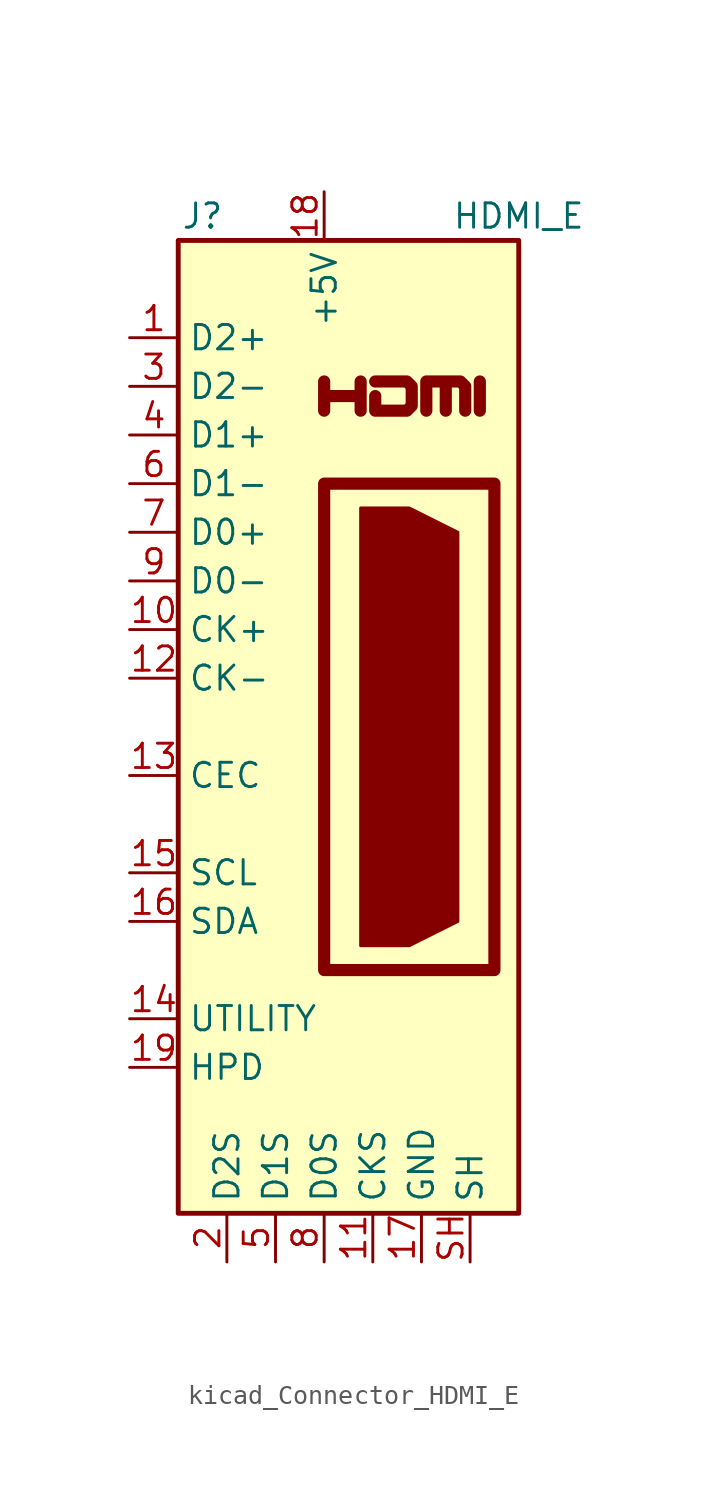
<source format=kicad_sym>
(kicad_symbol_lib
  (version 20220914)
  (generator kicad_symbol_editor)
  (symbol "kicad_Connector_HDMI_E"
    (property "Reference" "J"
      (at -6.35 26.67 0)
      (effects (font (size 1.27 1.27))))
    (property "Value" "HDMI_E"
      (at 10.16 26.67 0)
      (effects (font (size 1.27 1.27))))
    (symbol "kicad_Connector_HDMI_E_0_0"
      (polyline (pts (xy 8.128 16.51) (xy 8.128 18.034)) (stroke (width 0.635) (type default)) (fill (type none)))
      (polyline (pts (xy 0 16.51) (xy 0 18.034) (xy 0 17.272) (xy 1.905 17.272) (xy 1.905 18.034) (xy 1.905 16.51)) (stroke (width 0.635) (type default)) (fill (type none)))
      (polyline (pts (xy 2.667 18.034) (xy 4.318 18.034) (xy 4.572 17.78) (xy 4.572 16.764) (xy 4.318 16.51) (xy 2.667 16.51) (xy 2.667 17.272)) (stroke (width 0.635) (type default)) (fill (type none))))
    (symbol "kicad_Connector_HDMI_E_0_1"
      (rectangle (start -7.62 25.4) (end 10.16 -25.4) (stroke (width 0.254) (type default)) (fill (type background)))
      (polyline (pts (xy 1.905 11.43) (xy 4.445 11.43) (xy 6.985 10.16) (xy 6.985 -10.16) (xy 4.445 -11.43) (xy 1.905 -11.43) (xy 1.905 11.43)) (stroke (width 0) (type default)) (fill (type outline)))
      (polyline (pts (xy 5.334 16.51) (xy 5.334 18.034) (xy 6.35 18.034) (xy 6.35 16.51) (xy 6.35 18.034) (xy 7.112 18.034) (xy 7.366 17.78) (xy 7.366 16.51)) (stroke (width 0.635) (type default)) (fill (type none)))
      (rectangle (start 0 12.7) (end 8.89 -12.7) (stroke (width 0.635) (type default)) (fill (type none))))
    (symbol "kicad_Connector_HDMI_E_1_1"
      (pin passive line (at -10.16 20.32 0) (length 2.54) (name "D2+" (effects (font (size 1.27 1.27)))) (number "1" (effects (font (size 1.27 1.27)))))
      (pin passive line (at -10.16 5.08 0) (length 2.54) (name "CK+" (effects (font (size 1.27 1.27)))) (number "10" (effects (font (size 1.27 1.27)))))
      (pin power_in line (at 2.54 -27.94 90) (length 2.54) (name "CKS" (effects (font (size 1.27 1.27)))) (number "11" (effects (font (size 1.27 1.27)))))
      (pin passive line (at -10.16 2.54 0) (length 2.54) (name "CK-" (effects (font (size 1.27 1.27)))) (number "12" (effects (font (size 1.27 1.27)))))
      (pin bidirectional line (at -10.16 -2.54 0) (length 2.54) (name "CEC" (effects (font (size 1.27 1.27)))) (number "13" (effects (font (size 1.27 1.27)))))
      (pin passive line (at -10.16 -15.24 0) (length 2.54) (name "UTILITY" (effects (font (size 1.27 1.27)))) (number "14" (effects (font (size 1.27 1.27)))))
      (pin passive line (at -10.16 -7.62 0) (length 2.54) (name "SCL" (effects (font (size 1.27 1.27)))) (number "15" (effects (font (size 1.27 1.27)))))
      (pin bidirectional line (at -10.16 -10.16 0) (length 2.54) (name "SDA" (effects (font (size 1.27 1.27)))) (number "16" (effects (font (size 1.27 1.27)))))
      (pin power_in line (at 5.08 -27.94 90) (length 2.54) (name "GND" (effects (font (size 1.27 1.27)))) (number "17" (effects (font (size 1.27 1.27)))))
      (pin power_in line (at 0 27.94 270) (length 2.54) (name "+5V" (effects (font (size 1.27 1.27)))) (number "18" (effects (font (size 1.27 1.27)))))
      (pin passive line (at -10.16 -17.78 0) (length 2.54) (name "HPD" (effects (font (size 1.27 1.27)))) (number "19" (effects (font (size 1.27 1.27)))))
      (pin power_in line (at -5.08 -27.94 90) (length 2.54) (name "D2S" (effects (font (size 1.27 1.27)))) (number "2" (effects (font (size 1.27 1.27)))))
      (pin passive line (at -10.16 17.78 0) (length 2.54) (name "D2-" (effects (font (size 1.27 1.27)))) (number "3" (effects (font (size 1.27 1.27)))))
      (pin passive line (at -10.16 15.24 0) (length 2.54) (name "D1+" (effects (font (size 1.27 1.27)))) (number "4" (effects (font (size 1.27 1.27)))))
      (pin power_in line (at -2.54 -27.94 90) (length 2.54) (name "D1S" (effects (font (size 1.27 1.27)))) (number "5" (effects (font (size 1.27 1.27)))))
      (pin passive line (at -10.16 12.7 0) (length 2.54) (name "D1-" (effects (font (size 1.27 1.27)))) (number "6" (effects (font (size 1.27 1.27)))))
      (pin passive line (at -10.16 10.16 0) (length 2.54) (name "D0+" (effects (font (size 1.27 1.27)))) (number "7" (effects (font (size 1.27 1.27)))))
      (pin power_in line (at 0 -27.94 90) (length 2.54) (name "D0S" (effects (font (size 1.27 1.27)))) (number "8" (effects (font (size 1.27 1.27)))))
      (pin passive line (at -10.16 7.62 0) (length 2.54) (name "D0-" (effects (font (size 1.27 1.27)))) (number "9" (effects (font (size 1.27 1.27)))))
      (pin passive line (at 7.62 -27.94 90) (length 2.54) (name "SH" (effects (font (size 1.27 1.27)))) (number "SH" (effects (font (size 1.27 1.27))))))))
</source>
